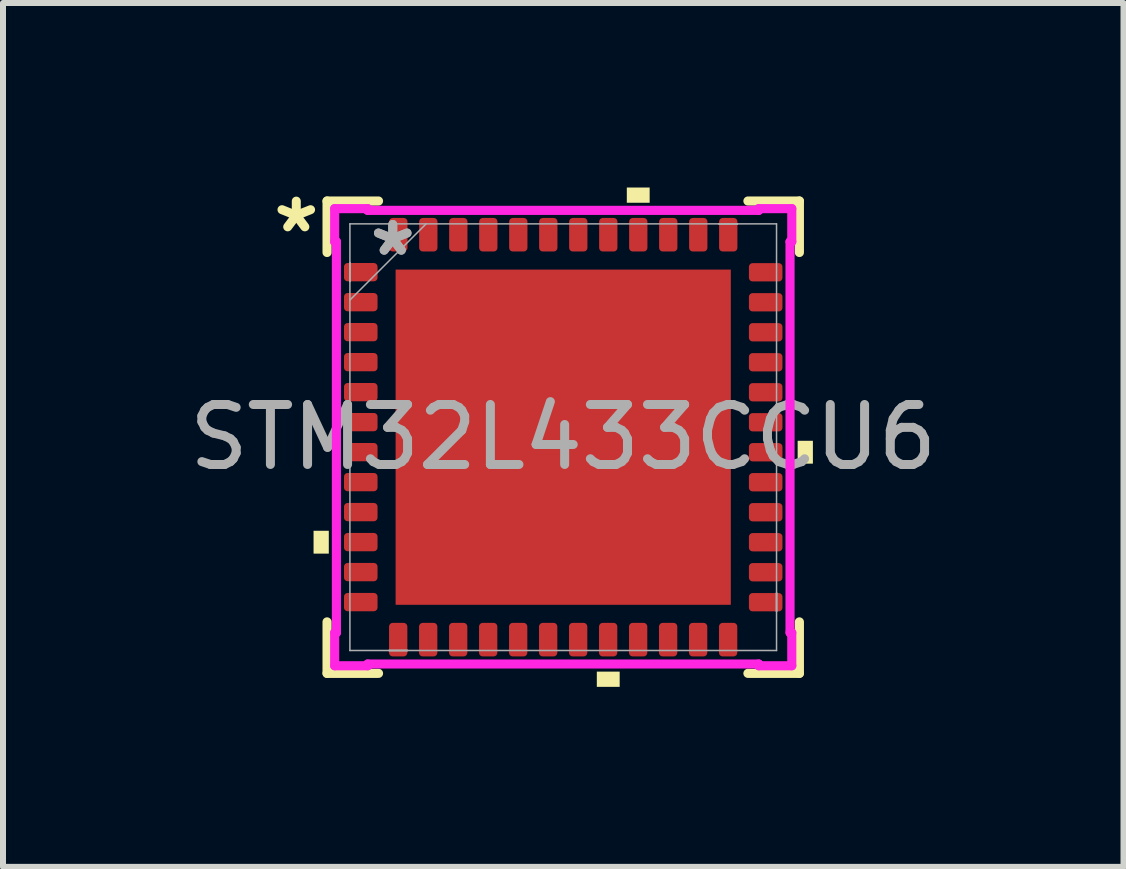
<source format=kicad_pcb>
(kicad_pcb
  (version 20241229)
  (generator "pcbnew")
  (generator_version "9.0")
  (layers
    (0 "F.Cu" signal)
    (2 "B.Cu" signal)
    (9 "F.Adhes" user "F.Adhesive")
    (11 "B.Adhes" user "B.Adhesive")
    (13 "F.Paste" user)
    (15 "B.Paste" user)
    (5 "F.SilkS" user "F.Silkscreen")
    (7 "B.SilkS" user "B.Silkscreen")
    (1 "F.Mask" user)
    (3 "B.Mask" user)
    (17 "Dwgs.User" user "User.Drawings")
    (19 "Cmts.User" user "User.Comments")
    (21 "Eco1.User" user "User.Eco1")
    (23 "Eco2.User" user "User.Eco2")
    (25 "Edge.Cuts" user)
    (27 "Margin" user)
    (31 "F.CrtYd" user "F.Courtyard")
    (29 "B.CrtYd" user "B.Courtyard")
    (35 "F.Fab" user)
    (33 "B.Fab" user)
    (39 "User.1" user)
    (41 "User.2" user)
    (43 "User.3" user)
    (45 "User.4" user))
  (footprint "STM32L433CCU6"
    (layer "F.Cu")
    (at 6.339 4.238)
    (property "Reference" "STM32L433CCU6" (at 0 0 0) (unlocked yes) (layer "User.2") (effects (font (size 1 1) (thickness 0.15))))
    (attr smd)
    (fp_line (start -3.937 -3.937) (end -3.937 -3.079) (stroke (width 0.152) (type solid)) (layer "F.SilkS"))
    (fp_line (start -3.937 3.079) (end -3.937 3.937) (stroke (width 0.152) (type solid)) (layer "F.SilkS"))
    (fp_line (start -3.937 3.937) (end -3.079 3.937) (stroke (width 0.152) (type solid)) (layer "F.SilkS"))
    (fp_line (start -3.079 -3.937) (end -3.937 -3.937) (stroke (width 0.152) (type solid)) (layer "F.SilkS"))
    (fp_line (start 3.079 3.937) (end 3.937 3.937) (stroke (width 0.152) (type solid)) (layer "F.SilkS"))
    (fp_line (start 3.937 -3.937) (end 3.079 -3.937) (stroke (width 0.152) (type solid)) (layer "F.SilkS"))
    (fp_line (start 3.937 -3.079) (end 3.937 -3.937) (stroke (width 0.152) (type solid)) (layer "F.SilkS"))
    (fp_line (start 3.937 3.937) (end 3.937 3.079) (stroke (width 0.152) (type solid)) (layer "F.SilkS"))
    (fp_poly (pts (xy -4.162 1.56) (xy -4.162 1.941) (xy -3.908 1.941) (xy -3.908 1.56)) (stroke (width 0) (type solid)) (fill yes) (layer "F.SilkS"))
    (fp_poly (pts (xy 0.56 3.908) (xy 0.56 4.162) (xy 0.941 4.162) (xy 0.941 3.908)) (stroke (width 0) (type solid)) (fill yes) (layer "F.SilkS"))
    (fp_poly (pts (xy 1.06 -3.908) (xy 1.06 -4.162) (xy 1.441 -4.162) (xy 1.441 -3.908)) (stroke (width 0) (type solid)) (fill yes) (layer "F.SilkS"))
    (fp_poly (pts (xy 4.162 0.06) (xy 4.162 0.441) (xy 3.908 0.441) (xy 3.908 0.06)) (stroke (width 0) (type solid)) (fill yes) (layer "F.SilkS"))
    (fp_rect (start -2.6 -2.6) (end -1.6 -1.6) (stroke (width 0.12) (type solid)) (fill yes) (layer "F.Paste"))
    (fp_rect (start -2.6 -1.2) (end -1.6 -0.2) (stroke (width 0.12) (type solid)) (fill yes) (layer "F.Paste"))
    (fp_rect (start -2.6 0.2) (end -1.6 1.2) (stroke (width 0.12) (type solid)) (fill yes) (layer "F.Paste"))
    (fp_rect (start -2.6 1.6) (end -1.6 2.6) (stroke (width 0.12) (type solid)) (fill yes) (layer "F.Paste"))
    (fp_rect (start -1.2 -2.6) (end -0.2 -1.6) (stroke (width 0.12) (type solid)) (fill yes) (layer "F.Paste"))
    (fp_rect (start -1.2 -1.2) (end -0.2 -0.2) (stroke (width 0.12) (type solid)) (fill yes) (layer "F.Paste"))
    (fp_rect (start -1.2 0.2) (end -0.2 1.2) (stroke (width 0.12) (type solid)) (fill yes) (layer "F.Paste"))
    (fp_rect (start -1.2 1.6) (end -0.2 2.6) (stroke (width 0.12) (type solid)) (fill yes) (layer "F.Paste"))
    (fp_rect (start 0.2 -2.6) (end 1.2 -1.6) (stroke (width 0.12) (type solid)) (fill yes) (layer "F.Paste"))
    (fp_rect (start 0.2 -1.2) (end 1.2 -0.2) (stroke (width 0.12) (type solid)) (fill yes) (layer "F.Paste"))
    (fp_rect (start 0.2 0.2) (end 1.2 1.2) (stroke (width 0.12) (type solid)) (fill yes) (layer "F.Paste"))
    (fp_rect (start 0.2 1.6) (end 1.2 2.6) (stroke (width 0.12) (type solid)) (fill yes) (layer "F.Paste"))
    (fp_rect (start 1.6 -2.6) (end 2.6 -1.6) (stroke (width 0.12) (type solid)) (fill yes) (layer "F.Paste"))
    (fp_rect (start 1.6 -1.2) (end 2.6 -0.2) (stroke (width 0.12) (type solid)) (fill yes) (layer "F.Paste"))
    (fp_rect (start 1.6 0.2) (end 2.6 1.2) (stroke (width 0.12) (type solid)) (fill yes) (layer "F.Paste"))
    (fp_rect (start 1.6 1.6) (end 2.6 2.6) (stroke (width 0.12) (type solid)) (fill yes) (layer "F.Paste"))
    (fp_line (start -3.81 -3.81) (end -3.259 -3.81) (stroke (width 0.152) (type solid)) (layer "F.CrtYd"))
    (fp_line (start -3.81 -3.259) (end -3.81 -3.81) (stroke (width 0.152) (type solid)) (layer "F.CrtYd"))
    (fp_line (start -3.81 3.259) (end -3.781 3.259) (stroke (width 0.152) (type solid)) (layer "F.CrtYd"))
    (fp_line (start -3.81 3.81) (end -3.81 3.259) (stroke (width 0.152) (type solid)) (layer "F.CrtYd"))
    (fp_line (start -3.781 -3.259) (end -3.81 -3.259) (stroke (width 0.152) (type solid)) (layer "F.CrtYd"))
    (fp_line (start -3.781 3.259) (end -3.781 -3.259) (stroke (width 0.152) (type solid)) (layer "F.CrtYd"))
    (fp_line (start -3.259 -3.81) (end -3.259 -3.781) (stroke (width 0.152) (type solid)) (layer "F.CrtYd"))
    (fp_line (start -3.259 -3.781) (end 3.259 -3.781) (stroke (width 0.152) (type solid)) (layer "F.CrtYd"))
    (fp_line (start -3.259 3.781) (end -3.259 3.81) (stroke (width 0.152) (type solid)) (layer "F.CrtYd"))
    (fp_line (start -3.259 3.81) (end -3.81 3.81) (stroke (width 0.152) (type solid)) (layer "F.CrtYd"))
    (fp_line (start 3.259 -3.81) (end 3.81 -3.81) (stroke (width 0.152) (type solid)) (layer "F.CrtYd"))
    (fp_line (start 3.259 -3.781) (end 3.259 -3.81) (stroke (width 0.152) (type solid)) (layer "F.CrtYd"))
    (fp_line (start 3.259 3.781) (end -3.259 3.781) (stroke (width 0.152) (type solid)) (layer "F.CrtYd"))
    (fp_line (start 3.259 3.81) (end 3.259 3.781) (stroke (width 0.152) (type solid)) (layer "F.CrtYd"))
    (fp_line (start 3.781 -3.259) (end 3.781 3.259) (stroke (width 0.152) (type solid)) (layer "F.CrtYd"))
    (fp_line (start 3.781 3.259) (end 3.81 3.259) (stroke (width 0.152) (type solid)) (layer "F.CrtYd"))
    (fp_line (start 3.81 -3.81) (end 3.81 -3.259) (stroke (width 0.152) (type solid)) (layer "F.CrtYd"))
    (fp_line (start 3.81 -3.259) (end 3.781 -3.259) (stroke (width 0.152) (type solid)) (layer "F.CrtYd"))
    (fp_line (start 3.81 3.259) (end 3.81 3.81) (stroke (width 0.152) (type solid)) (layer "F.CrtYd"))
    (fp_line (start 3.81 3.81) (end 3.259 3.81) (stroke (width 0.152) (type solid)) (layer "F.CrtYd"))
    (fp_line (start -3.556 -3.556) (end -3.556 3.556) (stroke (width 0.025) (type solid)) (layer "F.Fab"))
    (fp_line (start -3.556 -2.903) (end -3.556 -2.903) (stroke (width 0.025) (type solid)) (layer "F.Fab"))
    (fp_line (start -3.556 -2.903) (end -3.556 -2.598) (stroke (width 0.025) (type solid)) (layer "F.Fab"))
    (fp_line (start -3.556 -2.598) (end -3.556 -2.903) (stroke (width 0.025) (type solid)) (layer "F.Fab"))
    (fp_line (start -3.556 -2.598) (end -3.556 -2.598) (stroke (width 0.025) (type solid)) (layer "F.Fab"))
    (fp_line (start -3.556 -2.598) (end -3.556 -2.598) (stroke (width 0.025) (type solid)) (layer "F.Fab"))
    (fp_line (start -3.556 -2.286) (end -2.286 -3.556) (stroke (width 0.025) (type solid)) (layer "F.Fab"))
    (fp_line (start -3.556 3.556) (end 3.556 3.556) (stroke (width 0.025) (type solid)) (layer "F.Fab"))
    (fp_line (start -2.903 3.556) (end -2.903 3.556) (stroke (width 0.025) (type solid)) (layer "F.Fab"))
    (fp_line (start -2.903 3.556) (end -2.598 3.556) (stroke (width 0.025) (type solid)) (layer "F.Fab"))
    (fp_line (start -2.598 3.556) (end -2.903 3.556) (stroke (width 0.025) (type solid)) (layer "F.Fab"))
    (fp_line (start -2.598 3.556) (end -2.598 3.556) (stroke (width 0.025) (type solid)) (layer "F.Fab"))
    (fp_line (start 2.598 -3.556) (end 2.598 -3.556) (stroke (width 0.025) (type solid)) (layer "F.Fab"))
    (fp_line (start 2.598 -3.556) (end 2.903 -3.556) (stroke (width 0.025) (type solid)) (layer "F.Fab"))
    (fp_line (start 2.903 -3.556) (end 2.598 -3.556) (stroke (width 0.025) (type solid)) (layer "F.Fab"))
    (fp_line (start 2.903 -3.556) (end 2.903 -3.556) (stroke (width 0.025) (type solid)) (layer "F.Fab"))
    (fp_line (start 3.556 -3.556) (end -3.556 -3.556) (stroke (width 0.025) (type solid)) (layer "F.Fab"))
    (fp_line (start 3.556 2.598) (end 3.556 2.598) (stroke (width 0.025) (type solid)) (layer "F.Fab"))
    (fp_line (start 3.556 2.598) (end 3.556 2.903) (stroke (width 0.025) (type solid)) (layer "F.Fab"))
    (fp_line (start 3.556 2.903) (end 3.556 2.598) (stroke (width 0.025) (type solid)) (layer "F.Fab"))
    (fp_line (start 3.556 2.903) (end 3.556 2.903) (stroke (width 0.025) (type solid)) (layer "F.Fab"))
    (fp_line (start 3.556 3.556) (end 3.556 -3.556) (stroke (width 0.025) (type solid)) (layer "F.Fab"))
    (fp_text user "*" (at -4.45 -3.39 0) (unlocked yes) (layer "F.SilkS") (effects (font (size 1 1) (thickness 0.15))))
    (fp_text user "${REFERENCE}" (at 0 0 0) (unlocked yes) (layer "F.Fab") (effects (font (size 1 1) (thickness 0.15))))
    (fp_text user "*" (at -2.842 -3.001 0) (unlocked yes) (layer "F.Fab") (effects (font (size 1 1) (thickness 0.15))))
    (fp_text user "*" (at -2.842 -3.001 0) (layer "F.Fab") (effects (font (size 1 1) (thickness 0.15))))
    (pad "1" smd roundrect (at -3.375 -2.751 90) (size 0.305 0.559) (layers "F.Cu" "F.Mask" "F.Paste") (roundrect_rratio 0.2))
    (pad "2" smd roundrect (at -3.375 -2.251 90) (size 0.305 0.559) (layers "F.Cu" "F.Mask" "F.Paste") (roundrect_rratio 0.2))
    (pad "3" smd roundrect (at -3.375 -1.751 90) (size 0.305 0.559) (layers "F.Cu" "F.Mask" "F.Paste") (roundrect_rratio 0.2))
    (pad "4" smd roundrect (at -3.375 -1.251 90) (size 0.305 0.559) (layers "F.Cu" "F.Mask" "F.Paste") (roundrect_rratio 0.2))
    (pad "5" smd roundrect (at -3.375 -0.751 90) (size 0.305 0.559) (layers "F.Cu" "F.Mask" "F.Paste") (roundrect_rratio 0.2))
    (pad "6" smd roundrect (at -3.375 -0.251 90) (size 0.305 0.559) (layers "F.Cu" "F.Mask" "F.Paste") (roundrect_rratio 0.2))
    (pad "7" smd roundrect (at -3.375 0.249 90) (size 0.305 0.559) (layers "F.Cu" "F.Mask" "F.Paste") (roundrect_rratio 0.2))
    (pad "8" smd roundrect (at -3.375 0.749 90) (size 0.305 0.559) (layers "F.Cu" "F.Mask" "F.Paste") (roundrect_rratio 0.2))
    (pad "9" smd roundrect (at -3.375 1.249 90) (size 0.305 0.559) (layers "F.Cu" "F.Mask" "F.Paste") (roundrect_rratio 0.2))
    (pad "10" smd roundrect (at -3.375 1.749 90) (size 0.305 0.559) (layers "F.Cu" "F.Mask" "F.Paste") (roundrect_rratio 0.2))
    (pad "11" smd roundrect (at -3.375 2.249 90) (size 0.305 0.559) (layers "F.Cu" "F.Mask" "F.Paste") (roundrect_rratio 0.2))
    (pad "12" smd roundrect (at -3.375 2.749 90) (size 0.305 0.559) (layers "F.Cu" "F.Mask" "F.Paste") (roundrect_rratio 0.2))
    (pad "13" smd roundrect (at -2.751 3.375 180) (size 0.305 0.559) (layers "F.Cu" "F.Mask" "F.Paste") (roundrect_rratio 0.2))
    (pad "14" smd roundrect (at -2.251 3.375 180) (size 0.305 0.559) (layers "F.Cu" "F.Mask" "F.Paste") (roundrect_rratio 0.2))
    (pad "15" smd roundrect (at -1.751 3.375 180) (size 0.305 0.559) (layers "F.Cu" "F.Mask" "F.Paste") (roundrect_rratio 0.2))
    (pad "16" smd roundrect (at -1.251 3.375 180) (size 0.305 0.559) (layers "F.Cu" "F.Mask" "F.Paste") (roundrect_rratio 0.2))
    (pad "17" smd roundrect (at -0.751 3.375 180) (size 0.305 0.559) (layers "F.Cu" "F.Mask" "F.Paste") (roundrect_rratio 0.2))
    (pad "18" smd roundrect (at -0.251 3.375 180) (size 0.305 0.559) (layers "F.Cu" "F.Mask" "F.Paste") (roundrect_rratio 0.2))
    (pad "19" smd roundrect (at 0.249 3.375 180) (size 0.305 0.559) (layers "F.Cu" "F.Mask" "F.Paste") (roundrect_rratio 0.2))
    (pad "20" smd roundrect (at 0.749 3.375 180) (size 0.305 0.559) (layers "F.Cu" "F.Mask" "F.Paste") (roundrect_rratio 0.2))
    (pad "21" smd roundrect (at 1.249 3.375 180) (size 0.305 0.559) (layers "F.Cu" "F.Mask" "F.Paste") (roundrect_rratio 0.2))
    (pad "22" smd roundrect (at 1.749 3.375 180) (size 0.305 0.559) (layers "F.Cu" "F.Mask" "F.Paste") (roundrect_rratio 0.2))
    (pad "23" smd roundrect (at 2.249 3.375 180) (size 0.305 0.559) (layers "F.Cu" "F.Mask" "F.Paste") (roundrect_rratio 0.2))
    (pad "24" smd roundrect (at 2.749 3.375 180) (size 0.305 0.559) (layers "F.Cu" "F.Mask" "F.Paste") (roundrect_rratio 0.2))
    (pad "25" smd roundrect (at 3.375 2.751 90) (size 0.305 0.559) (layers "F.Cu" "F.Mask" "F.Paste") (roundrect_rratio 0.2))
    (pad "26" smd roundrect (at 3.375 2.251 90) (size 0.305 0.559) (layers "F.Cu" "F.Mask" "F.Paste") (roundrect_rratio 0.2))
    (pad "27" smd roundrect (at 3.375 1.751 90) (size 0.305 0.559) (layers "F.Cu" "F.Mask" "F.Paste") (roundrect_rratio 0.2))
    (pad "28" smd roundrect (at 3.375 1.251 90) (size 0.305 0.559) (layers "F.Cu" "F.Mask" "F.Paste") (roundrect_rratio 0.2))
    (pad "29" smd roundrect (at 3.375 0.751 90) (size 0.305 0.559) (layers "F.Cu" "F.Mask" "F.Paste") (roundrect_rratio 0.2))
    (pad "30" smd roundrect (at 3.375 0.251 90) (size 0.305 0.559) (layers "F.Cu" "F.Mask" "F.Paste") (roundrect_rratio 0.2))
    (pad "31" smd roundrect (at 3.375 -0.249 90) (size 0.305 0.559) (layers "F.Cu" "F.Mask" "F.Paste") (roundrect_rratio 0.2))
    (pad "32" smd roundrect (at 3.375 -0.749 90) (size 0.305 0.559) (layers "F.Cu" "F.Mask" "F.Paste") (roundrect_rratio 0.2))
    (pad "33" smd roundrect (at 3.375 -1.249 90) (size 0.305 0.559) (layers "F.Cu" "F.Mask" "F.Paste") (roundrect_rratio 0.2))
    (pad "34" smd roundrect (at 3.375 -1.749 90) (size 0.305 0.559) (layers "F.Cu" "F.Mask" "F.Paste") (roundrect_rratio 0.2))
    (pad "35" smd roundrect (at 3.375 -2.249 90) (size 0.305 0.559) (layers "F.Cu" "F.Mask" "F.Paste") (roundrect_rratio 0.2))
    (pad "36" smd roundrect (at 3.375 -2.749 90) (size 0.305 0.559) (layers "F.Cu" "F.Mask" "F.Paste") (roundrect_rratio 0.2))
    (pad "37" smd roundrect (at 2.751 -3.375 180) (size 0.305 0.559) (layers "F.Cu" "F.Mask" "F.Paste") (roundrect_rratio 0.2))
    (pad "38" smd roundrect (at 2.251 -3.375 180) (size 0.305 0.559) (layers "F.Cu" "F.Mask" "F.Paste") (roundrect_rratio 0.2))
    (pad "39" smd roundrect (at 1.751 -3.375 180) (size 0.305 0.559) (layers "F.Cu" "F.Mask" "F.Paste") (roundrect_rratio 0.2))
    (pad "40" smd roundrect (at 1.251 -3.375 180) (size 0.305 0.559) (layers "F.Cu" "F.Mask" "F.Paste") (roundrect_rratio 0.2))
    (pad "41" smd roundrect (at 0.751 -3.375 180) (size 0.305 0.559) (layers "F.Cu" "F.Mask" "F.Paste") (roundrect_rratio 0.2))
    (pad "42" smd roundrect (at 0.251 -3.375 180) (size 0.305 0.559) (layers "F.Cu" "F.Mask" "F.Paste") (roundrect_rratio 0.2))
    (pad "43" smd roundrect (at -0.249 -3.375 180) (size 0.305 0.559) (layers "F.Cu" "F.Mask" "F.Paste") (roundrect_rratio 0.2))
    (pad "44" smd roundrect (at -0.749 -3.375 180) (size 0.305 0.559) (layers "F.Cu" "F.Mask" "F.Paste") (roundrect_rratio 0.2))
    (pad "45" smd roundrect (at -1.249 -3.375 180) (size 0.305 0.559) (layers "F.Cu" "F.Mask" "F.Paste") (roundrect_rratio 0.2))
    (pad "46" smd roundrect (at -1.749 -3.375 180) (size 0.305 0.559) (layers "F.Cu" "F.Mask" "F.Paste") (roundrect_rratio 0.2))
    (pad "47" smd roundrect (at -2.249 -3.375 180) (size 0.305 0.559) (layers "F.Cu" "F.Mask" "F.Paste") (roundrect_rratio 0.2))
    (pad "48" smd roundrect (at -2.749 -3.375 180) (size 0.305 0.559) (layers "F.Cu" "F.Mask" "F.Paste") (roundrect_rratio 0.2))
    (pad "49" smd rect (at 0 0) (size 5.588 5.588) (layers "F.Cu" "F.Mask")))
  (gr_rect
    (start -3 -3)
    (end 15.679 11.401)
    (stroke (width 0.1) (type default))
    (fill no)
    (layer "Edge.Cuts")))
</source>
